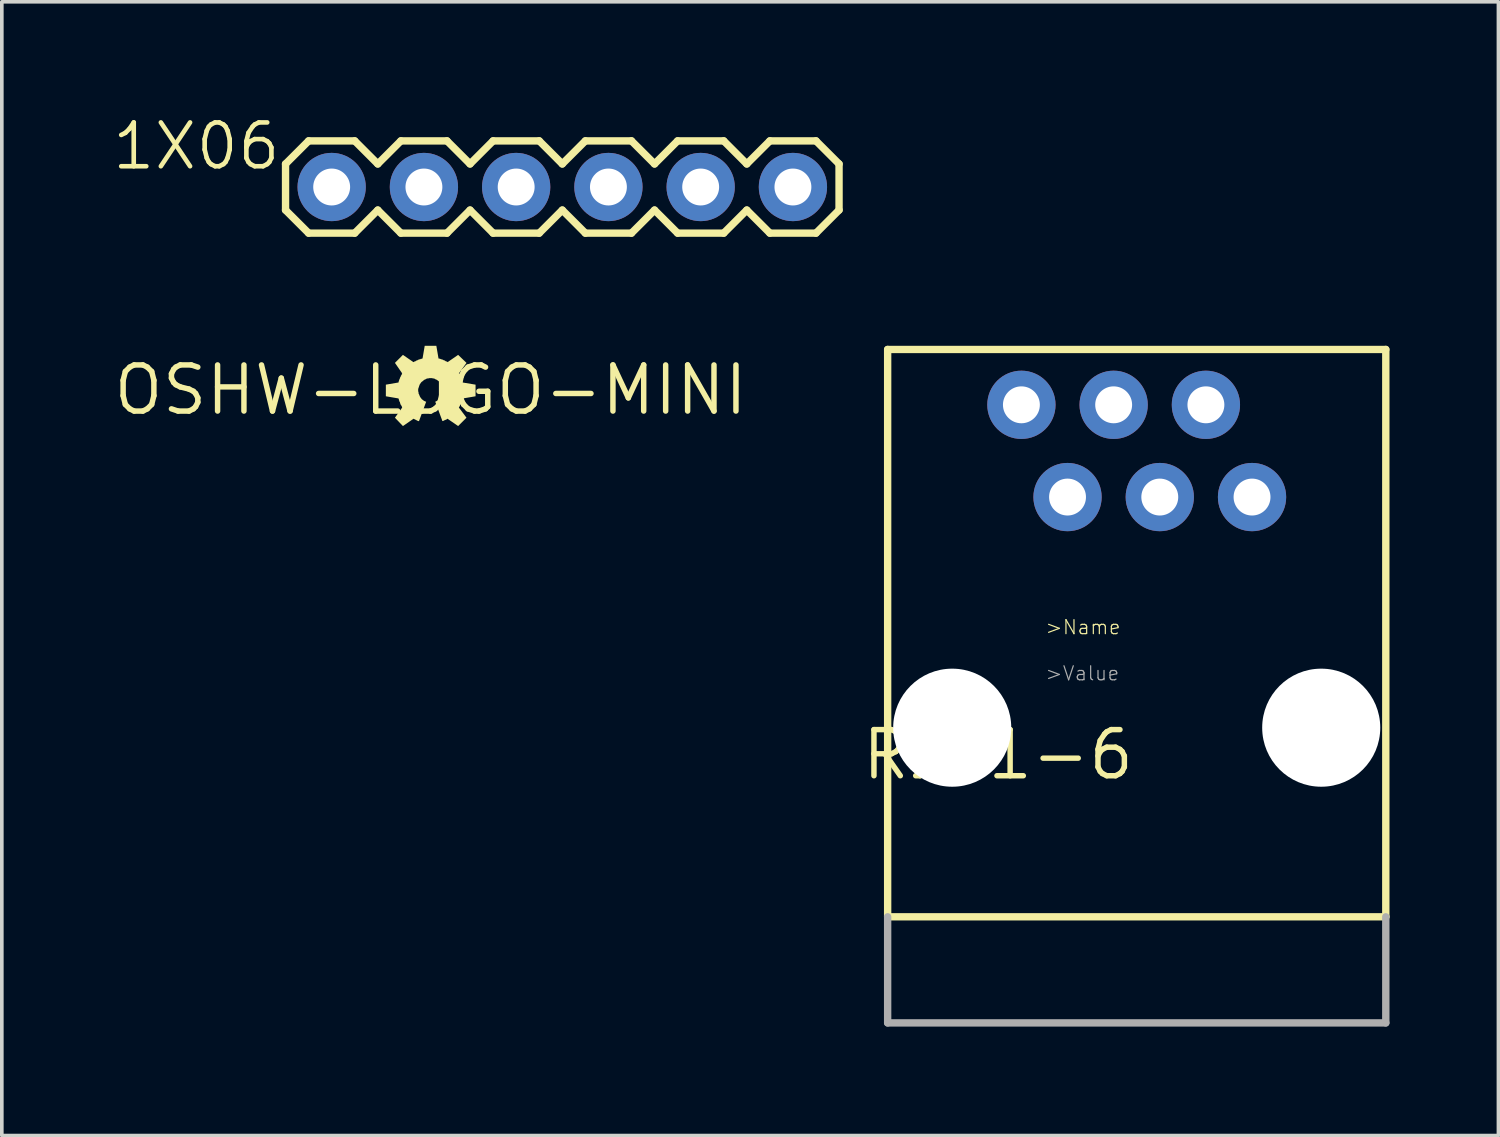
<source format=kicad_pcb>
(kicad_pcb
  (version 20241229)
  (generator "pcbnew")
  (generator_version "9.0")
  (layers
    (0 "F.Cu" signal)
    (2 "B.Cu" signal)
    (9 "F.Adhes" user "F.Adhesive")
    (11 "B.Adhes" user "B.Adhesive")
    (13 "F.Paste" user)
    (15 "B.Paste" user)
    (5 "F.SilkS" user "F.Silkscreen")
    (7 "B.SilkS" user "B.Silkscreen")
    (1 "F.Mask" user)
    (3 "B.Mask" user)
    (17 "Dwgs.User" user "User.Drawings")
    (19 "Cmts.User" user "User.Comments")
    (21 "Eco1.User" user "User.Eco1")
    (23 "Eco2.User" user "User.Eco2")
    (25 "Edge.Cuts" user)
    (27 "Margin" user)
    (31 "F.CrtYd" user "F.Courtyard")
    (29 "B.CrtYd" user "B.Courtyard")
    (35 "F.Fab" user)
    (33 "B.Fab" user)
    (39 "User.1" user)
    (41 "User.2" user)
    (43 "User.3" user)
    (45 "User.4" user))
  (footprint "RJ11-6"
    (layer "F.Cu")
    (at 28.248 16.986)
    (property "Reference" "RJ11-6" (at 0 0 0) (layer "F.SilkS") (effects (font (size 1.27 1.27) (thickness 0.15)) (justify right top)))
    (attr through_hole)
    (fp_line (start -6.858 -10.414) (end -6.858 5.207) (stroke (width 0.203) (type solid)) (layer "F.SilkS"))
    (fp_line (start 6.858 -10.414) (end -6.858 -10.414) (stroke (width 0.203) (type solid)) (layer "F.SilkS"))
    (fp_line (start 6.858 5.207) (end -6.858 5.207) (stroke (width 0.203) (type solid)) (layer "F.SilkS"))
    (fp_line (start 6.858 5.207) (end 6.858 -10.414) (stroke (width 0.203) (type solid)) (layer "F.SilkS"))
    (fp_line (start -6.858 5.207) (end -6.858 8.128) (stroke (width 0.203) (type solid)) (layer "F.Fab"))
    (fp_line (start -6.858 8.128) (end 6.858 8.128) (stroke (width 0.203) (type solid)) (layer "F.Fab"))
    (fp_line (start 6.858 8.128) (end 6.858 5.207) (stroke (width 0.203) (type solid)) (layer "F.Fab"))
    (fp_text user ">Name" (at -2.54 -2.54 0) (layer "F.SilkS") (effects (font (size 0.386 0.386) (thickness 0.033)) (justify left bottom)))
    (fp_text user ">Value" (at -2.54 -1.27 0) (layer "F.Fab") (effects (font (size 0.386 0.386) (thickness 0.033)) (justify left bottom)))
    (pad "" np_thru_hole circle (at -5.08 0) (size 3.251 3.251) (drill 3.251) (layers "*.Cu" "*.Mask"))
    (pad "" np_thru_hole circle (at 5.08 0) (size 3.251 3.251) (drill 3.251) (layers "*.Cu" "*.Mask"))
    (pad "1" thru_hole circle (at -3.175 -8.89) (size 1.88 1.88) (drill 1.016) (layers "*.Cu" "*.Mask"))
    (pad "2" thru_hole circle (at -1.905 -6.35) (size 1.88 1.88) (drill 1.016) (layers "*.Cu" "*.Mask"))
    (pad "3" thru_hole circle (at -0.635 -8.89) (size 1.88 1.88) (drill 1.016) (layers "*.Cu" "*.Mask"))
    (pad "4" thru_hole circle (at 0.635 -6.35) (size 1.88 1.88) (drill 1.016) (layers "*.Cu" "*.Mask"))
    (pad "5" thru_hole circle (at 1.905 -8.89) (size 1.88 1.88) (drill 1.016) (layers "*.Cu" "*.Mask"))
    (pad "6" thru_hole circle (at 3.175 -6.35) (size 1.88 1.88) (drill 1.016) (layers "*.Cu" "*.Mask")))
  (footprint "OSHW-LOGO-MINI"
    (layer "F.Cu")
    (at 8.807 7.688)
    (property "Reference" "OSHW-LOGO-MINI" (at 0 0 0) (layer "F.SilkS") (effects (font (size 1.27 1.27) (thickness 0.15))))
    (attr through_hole)
    (fp_poly (pts (xy 1.237 0.173) (xy 1.237 -0.147) (xy 0.877 -0.207) (xy 0.877 -0.247) (xy 0.867 -0.257) (xy 0.867 -0.277) (xy 0.857 -0.287) (xy 0.847 -0.307) (xy 0.847 -0.327) (xy 0.837 -0.337) (xy 0.837 -0.357) (xy 0.827 -0.367) (xy 0.817 -0.387) (xy 0.807 -0.397) (xy 0.807 -0.417) (xy 0.797 -0.427) (xy 0.787 -0.447) (xy 0.777 -0.457) (xy 0.987 -0.747) (xy 0.757 -0.967) (xy 0.467 -0.767) (xy 0.457 -0.777) (xy 0.437 -0.787) (xy 0.427 -0.787) (xy 0.407 -0.797) (xy 0.397 -0.807) (xy 0.377 -0.817) (xy 0.367 -0.817) (xy 0.347 -0.827) (xy 0.337 -0.837) (xy 0.317 -0.837) (xy 0.297 -0.847) (xy 0.287 -0.847) (xy 0.267 -0.857) (xy 0.257 -0.857) (xy 0.237 -0.867) (xy 0.217 -0.867) (xy 0.157 -1.217) (xy -0.163 -1.217) (xy -0.223 -0.867) (xy -0.233 -0.867) (xy -0.253 -0.857) (xy -0.273 -0.857) (xy -0.283 -0.847) (xy -0.303 -0.847) (xy -0.323 -0.837) (xy -0.333 -0.837) (xy -0.353 -0.827) (xy -0.363 -0.817) (xy -0.383 -0.817) (xy -0.393 -0.807) (xy -0.413 -0.797) (xy -0.423 -0.787) (xy -0.443 -0.787) (xy -0.453 -0.777) (xy -0.473 -0.767) (xy -0.763 -0.967) (xy -0.983 -0.747) (xy -0.783 -0.457) (xy -0.793 -0.447) (xy -0.793 -0.427) (xy -0.803 -0.417) (xy -0.813 -0.397) (xy -0.823 -0.387) (xy -0.823 -0.367) (xy -0.833 -0.357) (xy -0.843 -0.337) (xy -0.843 -0.327) (xy -0.863 -0.287) (xy -0.863 -0.277) (xy -0.873 -0.257) (xy -0.873 -0.247) (xy -0.883 -0.227) (xy -0.883 -0.207) (xy -1.233 -0.147) (xy -1.233 0.173) (xy -0.883 0.233) (xy -0.883 0.243) (xy -0.873 0.263) (xy -0.873 0.283) (xy -0.863 0.293) (xy -0.863 0.313) (xy -0.853 0.323) (xy -0.843 0.343) (xy -0.843 0.363) (xy -0.833 0.373) (xy -0.833 0.393) (xy -0.823 0.403) (xy -0.813 0.423) (xy -0.803 0.433) (xy -0.793 0.453) (xy -0.793 0.463) (xy -0.783 0.483) (xy -0.983 0.763) (xy -0.763 0.993) (xy -0.473 0.793) (xy -0.463 0.793) (xy -0.453 0.803) (xy -0.443 0.803) (xy -0.433 0.813) (xy -0.423 0.813) (xy -0.413 0.823) (xy -0.403 0.823) (xy -0.393 0.833) (xy -0.383 0.833) (xy -0.373 0.843) (xy -0.363 0.843) (xy -0.353 0.853) (xy -0.333 0.853) (xy -0.323 0.863) (xy -0.123 0.323) (xy -0.153 0.313) (xy -0.193 0.293) (xy -0.213 0.273) (xy -0.233 0.263) (xy -0.253 0.243) (xy -0.263 0.223) (xy -0.283 0.203) (xy -0.303 0.163) (xy -0.313 0.133) (xy -0.333 0.093) (xy -0.333 0.063) (xy -0.343 0.033) (xy -0.343 -0.027) (xy -0.303 -0.147) (xy -0.263 -0.207) (xy -0.243 -0.227) (xy -0.213 -0.247) (xy -0.193 -0.267) (xy -0.163 -0.287) (xy -0.133 -0.297) (xy -0.103 -0.317) (xy -0.073 -0.317) (xy -0.033 -0.327) (xy 0.037 -0.327) (xy 0.067 -0.317) (xy 0.097 -0.317) (xy 0.127 -0.297) (xy 0.157 -0.287) (xy 0.217 -0.247) (xy 0.257 -0.207) (xy 0.297 -0.147) (xy 0.307 -0.117) (xy 0.327 -0.087) (xy 0.327 -0.057) (xy 0.337 -0.027) (xy 0.337 0.063) (xy 0.327 0.093) (xy 0.327 0.113) (xy 0.317 0.133) (xy 0.307 0.163) (xy 0.297 0.183) (xy 0.277 0.203) (xy 0.267 0.223) (xy 0.227 0.263) (xy 0.207 0.273) (xy 0.187 0.293) (xy 0.127 0.323) (xy 0.327 0.863) (xy 0.327 0.853) (xy 0.347 0.853) (xy 0.357 0.843) (xy 0.367 0.843) (xy 0.377 0.833) (xy 0.387 0.833) (xy 0.397 0.823) (xy 0.417 0.823) (xy 0.427 0.813) (xy 0.437 0.813) (xy 0.457 0.793) (xy 0.467 0.793) (xy 0.757 0.993) (xy 0.987 0.763) (xy 0.777 0.483) (xy 0.787 0.463) (xy 0.797 0.453) (xy 0.807 0.433) (xy 0.807 0.423) (xy 0.817 0.403) (xy 0.827 0.393) (xy 0.837 0.373) (xy 0.837 0.363) (xy 0.857 0.323) (xy 0.857 0.313) (xy 0.867 0.293) (xy 0.867 0.283) (xy 0.877 0.263) (xy 0.877 0.243) (xy 0.887 0.233)) (stroke (width 0) (type solid)) (fill yes) (layer "F.SilkS")))
  (footprint "1X06"
    (layer "F.Cu")
    (at 6.082 2.099)
    (property "Reference" "1X06" (at -1.346 -1.829 0) (layer "F.SilkS") (effects (font (size 1.206 1.206) (thickness 0.127)) (justify right top)))
    (attr through_hole)
    (fp_line (start -1.27 -0.635) (end -1.27 0.635) (stroke (width 0.203) (type solid)) (layer "F.SilkS"))
    (fp_line (start -1.27 0.635) (end -0.635 1.27) (stroke (width 0.203) (type solid)) (layer "F.SilkS"))
    (fp_line (start -0.635 -1.27) (end -1.27 -0.635) (stroke (width 0.203) (type solid)) (layer "F.SilkS"))
    (fp_line (start -0.635 -1.27) (end 0.635 -1.27) (stroke (width 0.203) (type solid)) (layer "F.SilkS"))
    (fp_line (start 0.635 -1.27) (end 1.27 -0.635) (stroke (width 0.203) (type solid)) (layer "F.SilkS"))
    (fp_line (start 0.635 1.27) (end -0.635 1.27) (stroke (width 0.203) (type solid)) (layer "F.SilkS"))
    (fp_line (start 1.27 -0.635) (end 1.905 -1.27) (stroke (width 0.203) (type solid)) (layer "F.SilkS"))
    (fp_line (start 1.27 0.635) (end 0.635 1.27) (stroke (width 0.203) (type solid)) (layer "F.SilkS"))
    (fp_line (start 1.905 -1.27) (end 3.175 -1.27) (stroke (width 0.203) (type solid)) (layer "F.SilkS"))
    (fp_line (start 1.905 1.27) (end 1.27 0.635) (stroke (width 0.203) (type solid)) (layer "F.SilkS"))
    (fp_line (start 3.175 -1.27) (end 3.81 -0.635) (stroke (width 0.203) (type solid)) (layer "F.SilkS"))
    (fp_line (start 3.175 1.27) (end 1.905 1.27) (stroke (width 0.203) (type solid)) (layer "F.SilkS"))
    (fp_line (start 3.81 -0.635) (end 4.445 -1.27) (stroke (width 0.203) (type solid)) (layer "F.SilkS"))
    (fp_line (start 3.81 0.635) (end 3.175 1.27) (stroke (width 0.203) (type solid)) (layer "F.SilkS"))
    (fp_line (start 4.445 -1.27) (end 5.715 -1.27) (stroke (width 0.203) (type solid)) (layer "F.SilkS"))
    (fp_line (start 4.445 1.27) (end 3.81 0.635) (stroke (width 0.203) (type solid)) (layer "F.SilkS"))
    (fp_line (start 5.715 -1.27) (end 6.35 -0.635) (stroke (width 0.203) (type solid)) (layer "F.SilkS"))
    (fp_line (start 5.715 1.27) (end 4.445 1.27) (stroke (width 0.203) (type solid)) (layer "F.SilkS"))
    (fp_line (start 6.35 0.635) (end 5.715 1.27) (stroke (width 0.203) (type solid)) (layer "F.SilkS"))
    (fp_line (start 6.35 0.635) (end 6.985 1.27) (stroke (width 0.203) (type solid)) (layer "F.SilkS"))
    (fp_line (start 6.985 -1.27) (end 6.35 -0.635) (stroke (width 0.203) (type solid)) (layer "F.SilkS"))
    (fp_line (start 6.985 -1.27) (end 8.255 -1.27) (stroke (width 0.203) (type solid)) (layer "F.SilkS"))
    (fp_line (start 8.255 -1.27) (end 8.89 -0.635) (stroke (width 0.203) (type solid)) (layer "F.SilkS"))
    (fp_line (start 8.255 1.27) (end 6.985 1.27) (stroke (width 0.203) (type solid)) (layer "F.SilkS"))
    (fp_line (start 8.89 -0.635) (end 9.525 -1.27) (stroke (width 0.203) (type solid)) (layer "F.SilkS"))
    (fp_line (start 8.89 0.635) (end 8.255 1.27) (stroke (width 0.203) (type solid)) (layer "F.SilkS"))
    (fp_line (start 9.525 -1.27) (end 10.795 -1.27) (stroke (width 0.203) (type solid)) (layer "F.SilkS"))
    (fp_line (start 9.525 1.27) (end 8.89 0.635) (stroke (width 0.203) (type solid)) (layer "F.SilkS"))
    (fp_line (start 10.795 -1.27) (end 11.43 -0.635) (stroke (width 0.203) (type solid)) (layer "F.SilkS"))
    (fp_line (start 10.795 1.27) (end 9.525 1.27) (stroke (width 0.203) (type solid)) (layer "F.SilkS"))
    (fp_line (start 11.43 -0.635) (end 12.065 -1.27) (stroke (width 0.203) (type solid)) (layer "F.SilkS"))
    (fp_line (start 11.43 0.635) (end 10.795 1.27) (stroke (width 0.203) (type solid)) (layer "F.SilkS"))
    (fp_line (start 12.065 -1.27) (end 13.335 -1.27) (stroke (width 0.203) (type solid)) (layer "F.SilkS"))
    (fp_line (start 12.065 1.27) (end 11.43 0.635) (stroke (width 0.203) (type solid)) (layer "F.SilkS"))
    (fp_line (start 13.335 -1.27) (end 13.97 -0.635) (stroke (width 0.203) (type solid)) (layer "F.SilkS"))
    (fp_line (start 13.335 1.27) (end 12.065 1.27) (stroke (width 0.203) (type solid)) (layer "F.SilkS"))
    (fp_line (start 13.97 -0.635) (end 13.97 0.635) (stroke (width 0.203) (type solid)) (layer "F.SilkS"))
    (fp_line (start 13.97 0.635) (end 13.335 1.27) (stroke (width 0.203) (type solid)) (layer "F.SilkS"))
    (fp_poly (pts (xy -0.254 0.254) (xy 0.254 0.254) (xy 0.254 -0.254) (xy -0.254 -0.254)) (stroke (width 0.1) (type solid)) (fill no) (layer "F.Fab"))
    (fp_poly (pts (xy 2.286 0.254) (xy 2.794 0.254) (xy 2.794 -0.254) (xy 2.286 -0.254)) (stroke (width 0.1) (type solid)) (fill no) (layer "F.Fab"))
    (fp_poly (pts (xy 4.826 0.254) (xy 5.334 0.254) (xy 5.334 -0.254) (xy 4.826 -0.254)) (stroke (width 0.1) (type solid)) (fill no) (layer "F.Fab"))
    (fp_poly (pts (xy 7.366 0.254) (xy 7.874 0.254) (xy 7.874 -0.254) (xy 7.366 -0.254)) (stroke (width 0.1) (type solid)) (fill no) (layer "F.Fab"))
    (fp_poly (pts (xy 9.906 0.254) (xy 10.414 0.254) (xy 10.414 -0.254) (xy 9.906 -0.254)) (stroke (width 0.1) (type solid)) (fill no) (layer "F.Fab"))
    (fp_poly (pts (xy 12.446 0.254) (xy 12.954 0.254) (xy 12.954 -0.254) (xy 12.446 -0.254)) (stroke (width 0.1) (type solid)) (fill no) (layer "F.Fab"))
    (pad "1" thru_hole circle (at 0 0 90) (size 1.88 1.88) (drill 1.016) (layers "*.Cu" "*.Mask"))
    (pad "2" thru_hole circle (at 2.54 0 90) (size 1.88 1.88) (drill 1.016) (layers "*.Cu" "*.Mask"))
    (pad "3" thru_hole circle (at 5.08 0 90) (size 1.88 1.88) (drill 1.016) (layers "*.Cu" "*.Mask"))
    (pad "4" thru_hole circle (at 7.62 0 90) (size 1.88 1.88) (drill 1.016) (layers "*.Cu" "*.Mask"))
    (pad "5" thru_hole circle (at 10.16 0 90) (size 1.88 1.88) (drill 1.016) (layers "*.Cu" "*.Mask"))
    (pad "6" thru_hole circle (at 12.7 0 90) (size 1.88 1.88) (drill 1.016) (layers "*.Cu" "*.Mask")))
  (gr_rect
    (start -3 -3)
    (end 38.207 28.215)
    (stroke (width 0.1) (type default))
    (fill no)
    (layer "Edge.Cuts")))
</source>
